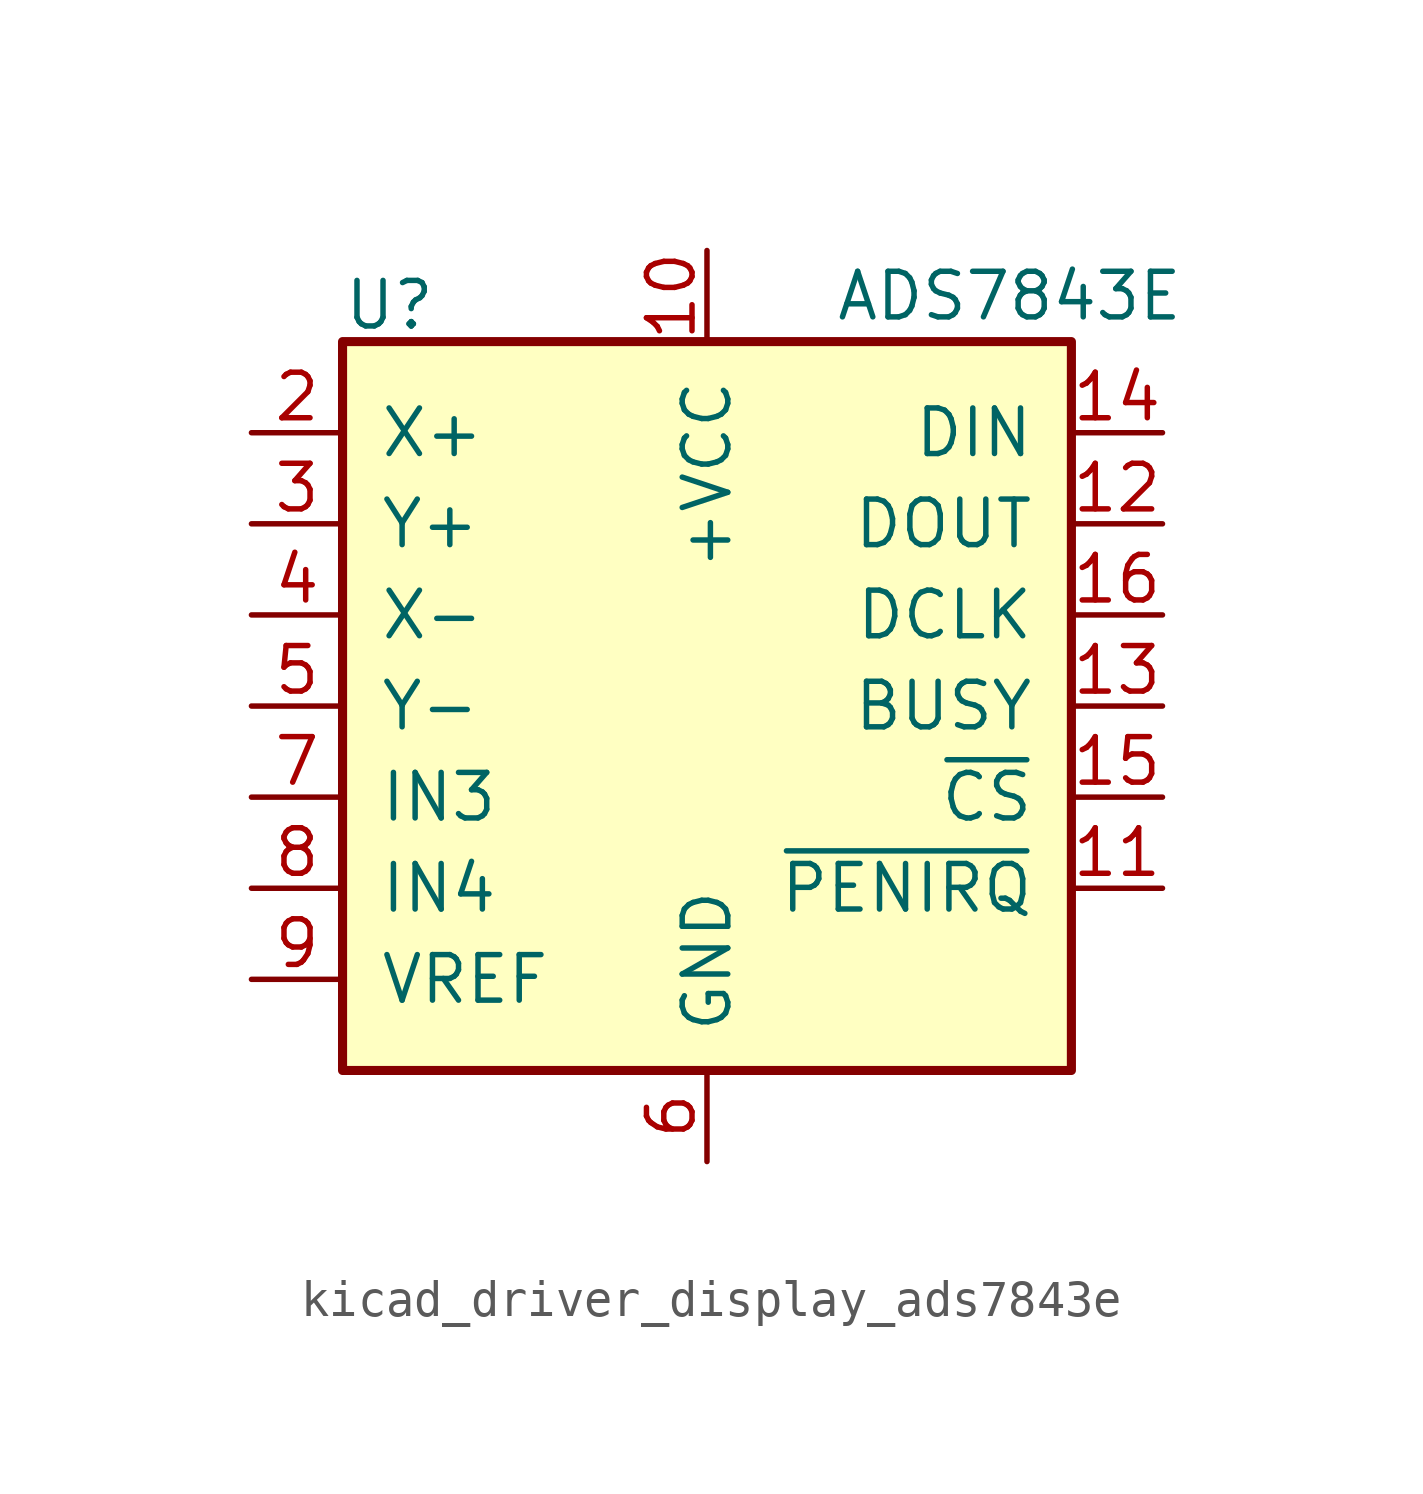
<source format=kicad_sym>
(kicad_symbol_lib
  (version 20220914)
  (generator kicad_symbol_editor)
  (symbol "kicad_driver_display_ads7843e"
    (pin_names
      (offset 1.016))
    (property "Reference" "U"
      (at -10.16 11.176 0)
      (effects (font (size 1.27 1.27)) (justify left)))
    (property "Value" "ADS7843E"
      (at 3.556 11.43 0)
      (effects (font (size 1.27 1.27)) (justify left)))
    (symbol "kicad_driver_display_ads7843e_0_1"
      (rectangle (start -10.16 10.16) (end 10.16 -10.16) (stroke (width 0.254) (type default)) (fill (type background))))
    (symbol "kicad_driver_display_ads7843e_1_1"
      (pin passive line (at 0 12.7 270) (length 2.54) hide (name "+VCC" (effects (font (size 1.27 1.27)))) (number "1" (effects (font (size 1.27 1.27)))))
      (pin power_in line (at 0 12.7 270) (length 2.54) (name "+VCC" (effects (font (size 1.27 1.27)))) (number "10" (effects (font (size 1.27 1.27)))))
      (pin open_collector line (at 12.7 -5.08 180) (length 2.54) (name "~{PENIRQ}" (effects (font (size 1.27 1.27)))) (number "11" (effects (font (size 1.27 1.27)))))
      (pin output line (at 12.7 5.08 180) (length 2.54) (name "DOUT" (effects (font (size 1.27 1.27)))) (number "12" (effects (font (size 1.27 1.27)))))
      (pin output line (at 12.7 0 180) (length 2.54) (name "BUSY" (effects (font (size 1.27 1.27)))) (number "13" (effects (font (size 1.27 1.27)))))
      (pin input line (at 12.7 7.62 180) (length 2.54) (name "DIN" (effects (font (size 1.27 1.27)))) (number "14" (effects (font (size 1.27 1.27)))))
      (pin input line (at 12.7 -2.54 180) (length 2.54) (name "~{CS}" (effects (font (size 1.27 1.27)))) (number "15" (effects (font (size 1.27 1.27)))))
      (pin input line (at 12.7 2.54 180) (length 2.54) (name "DCLK" (effects (font (size 1.27 1.27)))) (number "16" (effects (font (size 1.27 1.27)))))
      (pin input line (at -12.7 7.62 0) (length 2.54) (name "X+" (effects (font (size 1.27 1.27)))) (number "2" (effects (font (size 1.27 1.27)))))
      (pin input line (at -12.7 5.08 0) (length 2.54) (name "Y+" (effects (font (size 1.27 1.27)))) (number "3" (effects (font (size 1.27 1.27)))))
      (pin input line (at -12.7 2.54 0) (length 2.54) (name "X-" (effects (font (size 1.27 1.27)))) (number "4" (effects (font (size 1.27 1.27)))))
      (pin input line (at -12.7 0 0) (length 2.54) (name "Y-" (effects (font (size 1.27 1.27)))) (number "5" (effects (font (size 1.27 1.27)))))
      (pin power_in line (at 0 -12.7 90) (length 2.54) (name "GND" (effects (font (size 1.27 1.27)))) (number "6" (effects (font (size 1.27 1.27)))))
      (pin input line (at -12.7 -2.54 0) (length 2.54) (name "IN3" (effects (font (size 1.27 1.27)))) (number "7" (effects (font (size 1.27 1.27)))))
      (pin input line (at -12.7 -5.08 0) (length 2.54) (name "IN4" (effects (font (size 1.27 1.27)))) (number "8" (effects (font (size 1.27 1.27)))))
      (pin input line (at -12.7 -7.62 0) (length 2.54) (name "VREF" (effects (font (size 1.27 1.27)))) (number "9" (effects (font (size 1.27 1.27))))))))
</source>
